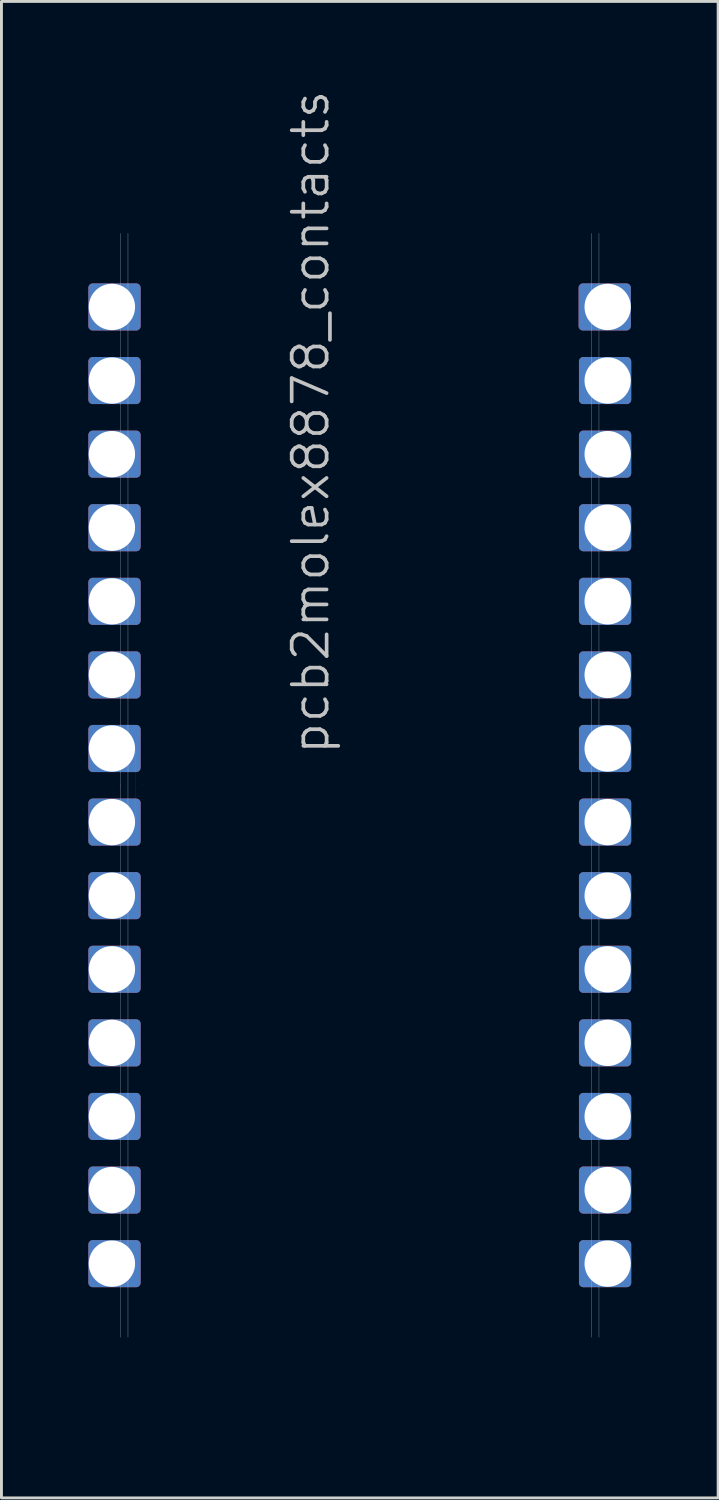
<source format=kicad_pcb>
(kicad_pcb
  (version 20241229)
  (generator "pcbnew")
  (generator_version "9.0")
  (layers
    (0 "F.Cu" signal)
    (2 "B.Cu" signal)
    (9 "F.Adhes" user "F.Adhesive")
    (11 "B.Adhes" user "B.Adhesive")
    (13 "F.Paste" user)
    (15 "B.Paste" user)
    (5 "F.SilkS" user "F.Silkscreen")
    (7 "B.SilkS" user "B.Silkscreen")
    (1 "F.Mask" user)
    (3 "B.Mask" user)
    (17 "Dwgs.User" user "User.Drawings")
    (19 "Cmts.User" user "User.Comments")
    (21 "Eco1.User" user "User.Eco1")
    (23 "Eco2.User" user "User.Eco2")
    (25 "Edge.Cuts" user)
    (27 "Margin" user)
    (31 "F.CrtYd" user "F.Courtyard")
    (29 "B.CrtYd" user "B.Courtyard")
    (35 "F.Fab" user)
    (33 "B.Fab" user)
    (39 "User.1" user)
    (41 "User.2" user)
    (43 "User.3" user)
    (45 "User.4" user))
  (footprint "pcb2molex8878_contacts"
    (layer "F.Cu")
    (at 9.368 24.054)
    (property "Reference" "pcb2molex8878_contacts" (at -0.991 -0.991 270) (layer "Dwgs.User") (effects (font (size 1.206 1.206) (thickness 0.127)) (justify left bottom)))
    (attr through_hole)
    (fp_poly (pts (xy -7.717 -15.85) (xy -9.216 -15.85) (xy -9.216 -17.17) (xy -7.717 -17.17)) (stroke (width 0.305) (type solid)) (fill yes) (layer "F.Cu"))
    (fp_poly (pts (xy -7.717 -13.31) (xy -9.216 -13.31) (xy -9.216 -14.63) (xy -7.717 -14.63)) (stroke (width 0.305) (type solid)) (fill yes) (layer "F.Cu"))
    (fp_poly (pts (xy -7.717 -10.77) (xy -9.216 -10.77) (xy -9.216 -12.09) (xy -7.717 -12.09)) (stroke (width 0.305) (type solid)) (fill yes) (layer "F.Cu"))
    (fp_poly (pts (xy -7.717 -8.23) (xy -9.216 -8.23) (xy -9.216 -9.55) (xy -7.717 -9.55)) (stroke (width 0.305) (type solid)) (fill yes) (layer "F.Cu"))
    (fp_poly (pts (xy -7.717 -5.69) (xy -9.216 -5.69) (xy -9.216 -7.01) (xy -7.717 -7.01)) (stroke (width 0.305) (type solid)) (fill yes) (layer "F.Cu"))
    (fp_poly (pts (xy -7.717 -3.15) (xy -9.216 -3.15) (xy -9.216 -4.47) (xy -7.717 -4.47)) (stroke (width 0.305) (type solid)) (fill yes) (layer "F.Cu"))
    (fp_poly (pts (xy -7.717 -0.61) (xy -9.216 -0.61) (xy -9.216 -1.93) (xy -7.717 -1.93)) (stroke (width 0.305) (type solid)) (fill yes) (layer "F.Cu"))
    (fp_poly (pts (xy -7.717 1.93) (xy -9.216 1.93) (xy -9.216 0.61) (xy -7.717 0.61)) (stroke (width 0.305) (type solid)) (fill yes) (layer "F.Cu"))
    (fp_poly (pts (xy -7.717 4.47) (xy -9.216 4.47) (xy -9.216 3.15) (xy -7.717 3.15)) (stroke (width 0.305) (type solid)) (fill yes) (layer "F.Cu"))
    (fp_poly (pts (xy -7.717 7.01) (xy -9.216 7.01) (xy -9.216 5.69) (xy -7.717 5.69)) (stroke (width 0.305) (type solid)) (fill yes) (layer "F.Cu"))
    (fp_poly (pts (xy -7.717 9.55) (xy -9.216 9.55) (xy -9.216 8.23) (xy -7.717 8.23)) (stroke (width 0.305) (type solid)) (fill yes) (layer "F.Cu"))
    (fp_poly (pts (xy -7.717 12.09) (xy -9.216 12.09) (xy -9.216 10.77) (xy -7.717 10.77)) (stroke (width 0.305) (type solid)) (fill yes) (layer "F.Cu"))
    (fp_poly (pts (xy -7.717 14.63) (xy -9.216 14.63) (xy -9.216 13.31) (xy -7.717 13.31)) (stroke (width 0.305) (type solid)) (fill yes) (layer "F.Cu"))
    (fp_poly (pts (xy -7.717 17.17) (xy -9.216 17.17) (xy -9.216 15.85) (xy -7.717 15.85)) (stroke (width 0.305) (type solid)) (fill yes) (layer "F.Cu"))
    (fp_poly (pts (xy 9.203 -15.85) (xy 7.704 -15.85) (xy 7.704 -17.17) (xy 9.203 -17.17)) (stroke (width 0.305) (type solid)) (fill yes) (layer "F.Cu"))
    (fp_poly (pts (xy 9.216 -13.31) (xy 7.717 -13.31) (xy 7.717 -14.63) (xy 9.216 -14.63)) (stroke (width 0.305) (type solid)) (fill yes) (layer "F.Cu"))
    (fp_poly (pts (xy 9.216 -10.77) (xy 7.717 -10.77) (xy 7.717 -12.09) (xy 9.216 -12.09)) (stroke (width 0.305) (type solid)) (fill yes) (layer "F.Cu"))
    (fp_poly (pts (xy 9.216 -8.23) (xy 7.717 -8.23) (xy 7.717 -9.55) (xy 9.216 -9.55)) (stroke (width 0.305) (type solid)) (fill yes) (layer "F.Cu"))
    (fp_poly (pts (xy 9.216 -5.69) (xy 7.717 -5.69) (xy 7.717 -7.01) (xy 9.216 -7.01)) (stroke (width 0.305) (type solid)) (fill yes) (layer "F.Cu"))
    (fp_poly (pts (xy 9.216 -3.15) (xy 7.717 -3.15) (xy 7.717 -4.47) (xy 9.216 -4.47)) (stroke (width 0.305) (type solid)) (fill yes) (layer "F.Cu"))
    (fp_poly (pts (xy 9.216 -0.61) (xy 7.717 -0.61) (xy 7.717 -1.93) (xy 9.216 -1.93)) (stroke (width 0.305) (type solid)) (fill yes) (layer "F.Cu"))
    (fp_poly (pts (xy 9.216 1.93) (xy 7.717 1.93) (xy 7.717 0.61) (xy 9.216 0.61)) (stroke (width 0.305) (type solid)) (fill yes) (layer "F.Cu"))
    (fp_poly (pts (xy 9.216 4.47) (xy 7.717 4.47) (xy 7.717 3.15) (xy 9.216 3.15)) (stroke (width 0.305) (type solid)) (fill yes) (layer "F.Cu"))
    (fp_poly (pts (xy 9.216 7.01) (xy 7.717 7.01) (xy 7.717 5.69) (xy 9.216 5.69)) (stroke (width 0.305) (type solid)) (fill yes) (layer "F.Cu"))
    (fp_poly (pts (xy 9.216 9.55) (xy 7.717 9.55) (xy 7.717 8.23) (xy 9.216 8.23)) (stroke (width 0.305) (type solid)) (fill yes) (layer "F.Cu"))
    (fp_poly (pts (xy 9.216 12.09) (xy 7.717 12.09) (xy 7.717 10.77) (xy 9.216 10.77)) (stroke (width 0.305) (type solid)) (fill yes) (layer "F.Cu"))
    (fp_poly (pts (xy 9.216 14.63) (xy 7.717 14.63) (xy 7.717 13.31) (xy 9.216 13.31)) (stroke (width 0.305) (type solid)) (fill yes) (layer "F.Cu"))
    (fp_poly (pts (xy 9.216 17.17) (xy 7.717 17.17) (xy 7.717 15.85) (xy 9.216 15.85)) (stroke (width 0.305) (type solid)) (fill yes) (layer "F.Cu"))
    (fp_poly (pts (xy -7.717 -15.85) (xy -9.216 -15.85) (xy -9.216 -17.17) (xy -7.717 -17.17)) (stroke (width 0.305) (type solid)) (fill yes) (layer "B.Cu"))
    (fp_poly (pts (xy -7.717 -14.63) (xy -9.216 -14.63) (xy -9.216 -13.31) (xy -7.717 -13.31)) (stroke (width 0.305) (type solid)) (fill yes) (layer "B.Cu"))
    (fp_poly (pts (xy -7.717 -12.09) (xy -9.216 -12.09) (xy -9.216 -10.77) (xy -7.717 -10.77)) (stroke (width 0.305) (type solid)) (fill yes) (layer "B.Cu"))
    (fp_poly (pts (xy -7.717 -9.55) (xy -9.216 -9.55) (xy -9.216 -8.23) (xy -7.717 -8.23)) (stroke (width 0.305) (type solid)) (fill yes) (layer "B.Cu"))
    (fp_poly (pts (xy -7.717 -7.01) (xy -9.216 -7.01) (xy -9.216 -5.69) (xy -7.717 -5.69)) (stroke (width 0.305) (type solid)) (fill yes) (layer "B.Cu"))
    (fp_poly (pts (xy -7.717 -4.47) (xy -9.216 -4.47) (xy -9.216 -3.15) (xy -7.717 -3.15)) (stroke (width 0.305) (type solid)) (fill yes) (layer "B.Cu"))
    (fp_poly (pts (xy -7.717 -1.93) (xy -9.216 -1.93) (xy -9.216 -0.61) (xy -7.717 -0.61)) (stroke (width 0.305) (type solid)) (fill yes) (layer "B.Cu"))
    (fp_poly (pts (xy -7.717 0.61) (xy -9.216 0.61) (xy -9.216 1.93) (xy -7.717 1.93)) (stroke (width 0.305) (type solid)) (fill yes) (layer "B.Cu"))
    (fp_poly (pts (xy -7.717 3.15) (xy -9.216 3.15) (xy -9.216 4.47) (xy -7.717 4.47)) (stroke (width 0.305) (type solid)) (fill yes) (layer "B.Cu"))
    (fp_poly (pts (xy -7.717 5.69) (xy -9.216 5.69) (xy -9.216 7.01) (xy -7.717 7.01)) (stroke (width 0.305) (type solid)) (fill yes) (layer "B.Cu"))
    (fp_poly (pts (xy -7.717 8.23) (xy -9.216 8.23) (xy -9.216 9.55) (xy -7.717 9.55)) (stroke (width 0.305) (type solid)) (fill yes) (layer "B.Cu"))
    (fp_poly (pts (xy -7.717 10.77) (xy -9.216 10.77) (xy -9.216 12.09) (xy -7.717 12.09)) (stroke (width 0.305) (type solid)) (fill yes) (layer "B.Cu"))
    (fp_poly (pts (xy -7.717 13.31) (xy -9.216 13.31) (xy -9.216 14.63) (xy -7.717 14.63)) (stroke (width 0.305) (type solid)) (fill yes) (layer "B.Cu"))
    (fp_poly (pts (xy -7.717 15.85) (xy -9.216 15.85) (xy -9.216 17.17) (xy -7.717 17.17)) (stroke (width 0.305) (type solid)) (fill yes) (layer "B.Cu"))
    (fp_poly (pts (xy 9.203 -15.85) (xy 7.704 -15.85) (xy 7.704 -17.17) (xy 9.203 -17.17)) (stroke (width 0.305) (type solid)) (fill yes) (layer "B.Cu"))
    (fp_poly (pts (xy 9.216 -14.63) (xy 7.717 -14.63) (xy 7.717 -13.31) (xy 9.216 -13.31)) (stroke (width 0.305) (type solid)) (fill yes) (layer "B.Cu"))
    (fp_poly (pts (xy 9.216 -12.09) (xy 7.717 -12.09) (xy 7.717 -10.77) (xy 9.216 -10.77)) (stroke (width 0.305) (type solid)) (fill yes) (layer "B.Cu"))
    (fp_poly (pts (xy 9.216 -9.55) (xy 7.717 -9.55) (xy 7.717 -8.23) (xy 9.216 -8.23)) (stroke (width 0.305) (type solid)) (fill yes) (layer "B.Cu"))
    (fp_poly (pts (xy 9.216 -7.01) (xy 7.717 -7.01) (xy 7.717 -5.69) (xy 9.216 -5.69)) (stroke (width 0.305) (type solid)) (fill yes) (layer "B.Cu"))
    (fp_poly (pts (xy 9.216 -4.47) (xy 7.717 -4.47) (xy 7.717 -3.15) (xy 9.216 -3.15)) (stroke (width 0.305) (type solid)) (fill yes) (layer "B.Cu"))
    (fp_poly (pts (xy 9.216 -1.93) (xy 7.717 -1.93) (xy 7.717 -0.61) (xy 9.216 -0.61)) (stroke (width 0.305) (type solid)) (fill yes) (layer "B.Cu"))
    (fp_poly (pts (xy 9.216 0.61) (xy 7.717 0.61) (xy 7.717 1.93) (xy 9.216 1.93)) (stroke (width 0.305) (type solid)) (fill yes) (layer "B.Cu"))
    (fp_poly (pts (xy 9.216 3.15) (xy 7.717 3.15) (xy 7.717 4.47) (xy 9.216 4.47)) (stroke (width 0.305) (type solid)) (fill yes) (layer "B.Cu"))
    (fp_poly (pts (xy 9.216 5.69) (xy 7.717 5.69) (xy 7.717 7.01) (xy 9.216 7.01)) (stroke (width 0.305) (type solid)) (fill yes) (layer "B.Cu"))
    (fp_poly (pts (xy 9.216 8.23) (xy 7.717 8.23) (xy 7.717 9.55) (xy 9.216 9.55)) (stroke (width 0.305) (type solid)) (fill yes) (layer "B.Cu"))
    (fp_poly (pts (xy 9.216 10.77) (xy 7.717 10.77) (xy 7.717 12.09) (xy 9.216 12.09)) (stroke (width 0.305) (type solid)) (fill yes) (layer "B.Cu"))
    (fp_poly (pts (xy 9.216 13.31) (xy 7.717 13.31) (xy 7.717 14.63) (xy 9.216 14.63)) (stroke (width 0.305) (type solid)) (fill yes) (layer "B.Cu"))
    (fp_poly (pts (xy 9.216 15.85) (xy 7.717 15.85) (xy 7.717 17.17) (xy 9.216 17.17)) (stroke (width 0.305) (type solid)) (fill yes) (layer "B.Cu"))
    (fp_line (start -8.255 -19.05) (end -8.255 19.05) (stroke (width 0.01) (type solid)) (layer "Dwgs.User"))
    (fp_line (start -8.255 0.051) (end -8.255 -0.051) (stroke (width 0.002) (type solid)) (layer "Dwgs.User"))
    (fp_line (start -8.001 19.05) (end -8.001 -19.05) (stroke (width 0.01) (type solid)) (layer "Dwgs.User"))
    (fp_line (start -7.757 -1.27) (end -7.757 1.27) (stroke (width 0.002) (type solid)) (layer "Dwgs.User"))
    (fp_line (start -7.506 0.025) (end -7.506 -0.025) (stroke (width 0.003) (type solid)) (layer "Dwgs.User"))
    (fp_line (start -7.506 16.485) (end -7.506 16.535) (stroke (width 0.001) (type solid)) (layer "Dwgs.User"))
    (fp_line (start 8.001 19.05) (end 8.001 -19.05) (stroke (width 0.01) (type solid)) (layer "Dwgs.User"))
    (fp_line (start 8.255 -19.05) (end 8.255 19.05) (stroke (width 0.01) (type solid)) (layer "Dwgs.User"))
    (fp_line (start -8.1 -19.05) (end -0.762 -19.05) (stroke (width 0.01) (type solid)) (layer "Eco1.User"))
    (fp_line (start -8.1 19.05) (end -8.1 -19.05) (stroke (width 0.01) (type solid)) (layer "Eco1.User"))
    (fp_line (start -8.1 19.05) (end -4.559 19.05) (stroke (width 0.01) (type solid)) (layer "Eco1.User"))
    (fp_line (start -4.559 19.05) (end -4.559 21.59) (stroke (width 0.01) (type solid)) (layer "Eco1.User"))
    (fp_line (start -4.559 21.59) (end -3.035 21.59) (stroke (width 0.01) (type solid)) (layer "Eco1.User"))
    (fp_line (start -3.035 21.59) (end -3.035 19.05) (stroke (width 0.01) (type solid)) (layer "Eco1.User"))
    (fp_line (start -0.762 -21.59) (end 0.762 -21.59) (stroke (width 0.01) (type solid)) (layer "Eco1.User"))
    (fp_line (start -0.762 -19.05) (end -0.762 -21.59) (stroke (width 0.01) (type solid)) (layer "Eco1.User"))
    (fp_line (start 0.762 -21.59) (end 0.762 -19.05) (stroke (width 0.01) (type solid)) (layer "Eco1.User"))
    (fp_line (start 0.762 -19.05) (end 8.1 -19.05) (stroke (width 0.01) (type solid)) (layer "Eco1.User"))
    (fp_line (start 3.035 19.05) (end -3.035 19.05) (stroke (width 0.01) (type solid)) (layer "Eco1.User"))
    (fp_line (start 3.035 21.59) (end 3.035 19.05) (stroke (width 0.01) (type solid)) (layer "Eco1.User"))
    (fp_line (start 4.559 19.05) (end 4.559 21.59) (stroke (width 0.01) (type solid)) (layer "Eco1.User"))
    (fp_line (start 4.559 19.05) (end 8.1 19.05) (stroke (width 0.01) (type solid)) (layer "Eco1.User"))
    (fp_line (start 4.559 21.59) (end 3.035 21.59) (stroke (width 0.01) (type solid)) (layer "Eco1.User"))
    (fp_line (start 8.1 19.05) (end 8.1 -19.05) (stroke (width 0.01) (type solid)) (layer "Eco1.User"))
    (fp_arc (start -5.4229 19.05) (mid -4.812243 19.302943) (end -4.5593 19.9136) (stroke (width 0.00508) (type solid)) (layer "Eco1.User"))
    (fp_arc (start -3.0353 19.9136) (mid -2.782357 19.302943) (end -2.1717 19.05) (stroke (width 0.00508) (type solid)) (layer "Eco1.User"))
    (fp_arc (start -0.762 -19.9136) (mid -1.014943 -19.302943) (end -1.6256 -19.05) (stroke (width 0.00508) (type solid)) (layer "Eco1.User"))
    (fp_arc (start 1.6256 -19.05) (mid 1.014943 -19.302943) (end 0.762 -19.9136) (stroke (width 0.00508) (type solid)) (layer "Eco1.User"))
    (fp_arc (start 2.1717 19.05) (mid 2.782357 19.302943) (end 3.0353 19.9136) (stroke (width 0.00508) (type solid)) (layer "Eco1.User"))
    (fp_arc (start 4.5593 19.9136) (mid 4.812243 19.302943) (end 5.4229 19.05) (stroke (width 0.00508) (type solid)) (layer "Eco1.User"))
    (fp_text user "Eco1.User is Edge.Cuts for use without carrier." (at -0.03 12.25 0) (layer "Eco1.User") (effects (font (size 0.2 0.2) (thickness 0.01))))
    (pad "1" thru_hole circle (at -8.555 -16.51) (size 1.6 1.6) (drill 1.598) (layers "*.Cu" "*.Mask"))
    (pad "2" thru_hole circle (at -8.555 -13.97) (size 1.6 1.6) (drill 1.598) (layers "*.Cu" "*.Mask"))
    (pad "3" thru_hole circle (at -8.555 -11.43) (size 1.6 1.6) (drill 1.598) (layers "*.Cu" "*.Mask"))
    (pad "4" thru_hole circle (at -8.555 -8.89) (size 1.6 1.6) (drill 1.598) (layers "*.Cu" "*.Mask"))
    (pad "5" thru_hole circle (at -8.555 -6.35) (size 1.6 1.6) (drill 1.598) (layers "*.Cu" "*.Mask"))
    (pad "6" thru_hole circle (at -8.555 -3.81) (size 1.6 1.6) (drill 1.598) (layers "*.Cu" "*.Mask"))
    (pad "7" thru_hole circle (at -8.555 -1.27) (size 1.6 1.6) (drill 1.598) (layers "*.Cu" "*.Mask"))
    (pad "8" thru_hole circle (at -8.555 1.27) (size 1.6 1.6) (drill 1.598) (layers "*.Cu" "*.Mask"))
    (pad "9" thru_hole circle (at -8.555 3.81) (size 1.6 1.6) (drill 1.598) (layers "*.Cu" "*.Mask"))
    (pad "10" thru_hole circle (at -8.555 6.35) (size 1.6 1.6) (drill 1.598) (layers "*.Cu" "*.Mask"))
    (pad "11" thru_hole circle (at -8.555 8.89) (size 1.6 1.6) (drill 1.598) (layers "*.Cu" "*.Mask"))
    (pad "12" thru_hole circle (at -8.555 11.43) (size 1.6 1.6) (drill 1.598) (layers "*.Cu" "*.Mask"))
    (pad "13" thru_hole circle (at -8.555 13.97) (size 1.6 1.6) (drill 1.598) (layers "*.Cu" "*.Mask"))
    (pad "14" thru_hole circle (at -8.555 16.51) (size 1.6 1.6) (drill 1.598) (layers "*.Cu" "*.Mask"))
    (pad "15" thru_hole circle (at 8.555 16.51 180) (size 1.6 1.6) (drill 1.598) (layers "*.Cu" "*.Mask"))
    (pad "16" thru_hole circle (at 8.555 13.97 180) (size 1.6 1.6) (drill 1.598) (layers "*.Cu" "*.Mask"))
    (pad "17" thru_hole circle (at 8.555 11.43 180) (size 1.6 1.6) (drill 1.598) (layers "*.Cu" "*.Mask"))
    (pad "18" thru_hole circle (at 8.555 8.89 180) (size 1.6 1.6) (drill 1.598) (layers "*.Cu" "*.Mask"))
    (pad "19" thru_hole circle (at 8.555 6.35 180) (size 1.6 1.6) (drill 1.598) (layers "*.Cu" "*.Mask"))
    (pad "20" thru_hole circle (at 8.555 3.81 180) (size 1.6 1.6) (drill 1.598) (layers "*.Cu" "*.Mask"))
    (pad "21" thru_hole circle (at 8.555 1.27 180) (size 1.6 1.6) (drill 1.598) (layers "*.Cu" "*.Mask"))
    (pad "22" thru_hole circle (at 8.555 -1.27 180) (size 1.6 1.6) (drill 1.598) (layers "*.Cu" "*.Mask"))
    (pad "23" thru_hole circle (at 8.555 -3.81 180) (size 1.6 1.6) (drill 1.598) (layers "*.Cu" "*.Mask"))
    (pad "24" thru_hole circle (at 8.555 -6.35 180) (size 1.6 1.6) (drill 1.598) (layers "*.Cu" "*.Mask"))
    (pad "25" thru_hole circle (at 8.555 -8.89 180) (size 1.6 1.6) (drill 1.598) (layers "*.Cu" "*.Mask"))
    (pad "26" thru_hole circle (at 8.555 -11.43 180) (size 1.6 1.6) (drill 1.598) (layers "*.Cu" "*.Mask"))
    (pad "27" thru_hole circle (at 8.555 -13.97 180) (size 1.6 1.6) (drill 1.598) (layers "*.Cu" "*.Mask"))
    (pad "28" thru_hole circle (at 8.555 -16.51 180) (size 1.6 1.6) (drill 1.598) (layers "*.Cu" "*.Mask")))
  (gr_rect
    (start -3 -3)
    (end 21.736 48.649)
    (stroke (width 0.1) (type default))
    (fill no)
    (layer "Edge.Cuts")))
</source>
